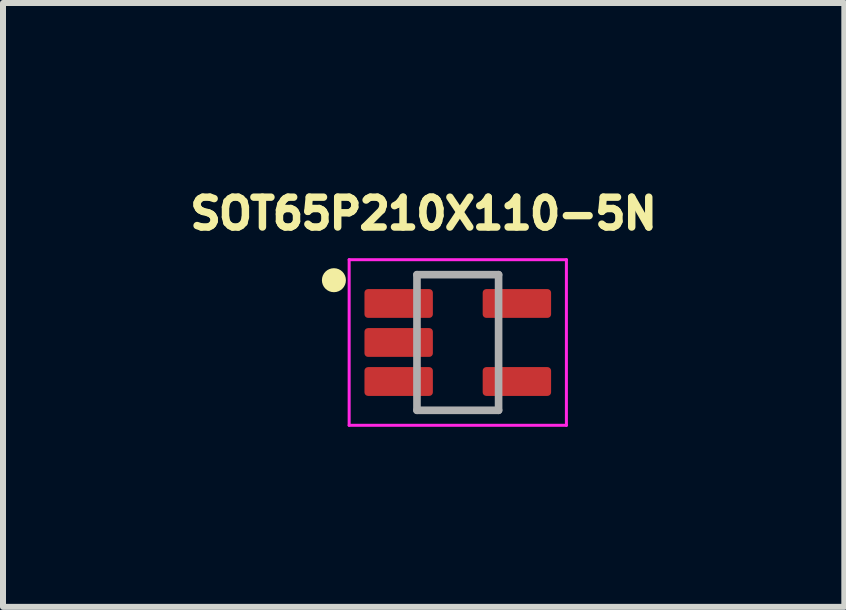
<source format=kicad_pcb>
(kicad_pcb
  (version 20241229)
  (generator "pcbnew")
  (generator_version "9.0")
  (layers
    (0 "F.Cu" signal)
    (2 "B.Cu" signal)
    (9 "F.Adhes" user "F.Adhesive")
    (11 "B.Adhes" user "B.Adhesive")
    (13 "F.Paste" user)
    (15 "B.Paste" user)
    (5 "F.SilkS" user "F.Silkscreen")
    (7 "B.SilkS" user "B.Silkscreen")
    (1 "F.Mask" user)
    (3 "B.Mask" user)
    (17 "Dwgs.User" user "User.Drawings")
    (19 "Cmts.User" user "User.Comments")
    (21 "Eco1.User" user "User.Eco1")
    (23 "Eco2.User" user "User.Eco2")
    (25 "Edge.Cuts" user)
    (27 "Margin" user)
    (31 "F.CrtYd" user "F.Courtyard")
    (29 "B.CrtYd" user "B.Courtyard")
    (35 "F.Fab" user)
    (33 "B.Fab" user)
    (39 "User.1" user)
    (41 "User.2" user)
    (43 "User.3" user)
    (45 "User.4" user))
  (footprint "SOT65P210X110-5N"
    (layer "F.Cu")
    (at 4.578 2.657)
    (property "Reference" "SOT65P210X110-5N" (at -0.569 -2.148 0) (layer "F.SilkS") (effects (font (size 0.497 0.497) (thickness 0.15))))
    (attr smd)
    (fp_circle (center -2.064 -1.038) (end -1.964 -1.038) (stroke (width 0.2) (type solid)) (fill no) (layer "F.SilkS"))
    (fp_line (start -1.81 -1.38) (end -1.81 1.38) (stroke (width 0.05) (type solid)) (layer "F.CrtYd"))
    (fp_line (start -1.81 1.38) (end 1.81 1.38) (stroke (width 0.05) (type solid)) (layer "F.CrtYd"))
    (fp_line (start 1.81 -1.38) (end -1.81 -1.38) (stroke (width 0.05) (type solid)) (layer "F.CrtYd"))
    (fp_line (start 1.81 1.38) (end 1.81 -1.38) (stroke (width 0.05) (type solid)) (layer "F.CrtYd"))
    (fp_line (start -0.68 -1.13) (end -0.68 1.13) (stroke (width 0.127) (type solid)) (layer "F.Fab"))
    (fp_line (start -0.68 1.13) (end 0.68 1.13) (stroke (width 0.127) (type solid)) (layer "F.Fab"))
    (fp_line (start 0.68 -1.13) (end -0.68 -1.13) (stroke (width 0.127) (type solid)) (layer "F.Fab"))
    (fp_line (start 0.68 1.13) (end 0.68 -1.13) (stroke (width 0.127) (type solid)) (layer "F.Fab"))
    (pad "1" smd roundrect (at -0.985 -0.65) (size 1.14 0.48) (layers "F.Cu" "F.Mask" "F.Paste") (roundrect_rratio 0.125))
    (pad "2" smd roundrect (at -0.985 0) (size 1.14 0.48) (layers "F.Cu" "F.Mask" "F.Paste") (roundrect_rratio 0.125))
    (pad "3" smd roundrect (at -0.985 0.65) (size 1.14 0.48) (layers "F.Cu" "F.Mask" "F.Paste") (roundrect_rratio 0.125))
    (pad "4" smd roundrect (at 0.985 0.65) (size 1.14 0.48) (layers "F.Cu" "F.Mask" "F.Paste") (roundrect_rratio 0.125))
    (pad "5" smd roundrect (at 0.985 -0.65) (size 1.14 0.48) (layers "F.Cu" "F.Mask" "F.Paste") (roundrect_rratio 0.125)))
  (gr_rect
    (start -3 -3)
    (end 11.019 7.062)
    (stroke (width 0.1) (type default))
    (fill no)
    (layer "Edge.Cuts")))
</source>
